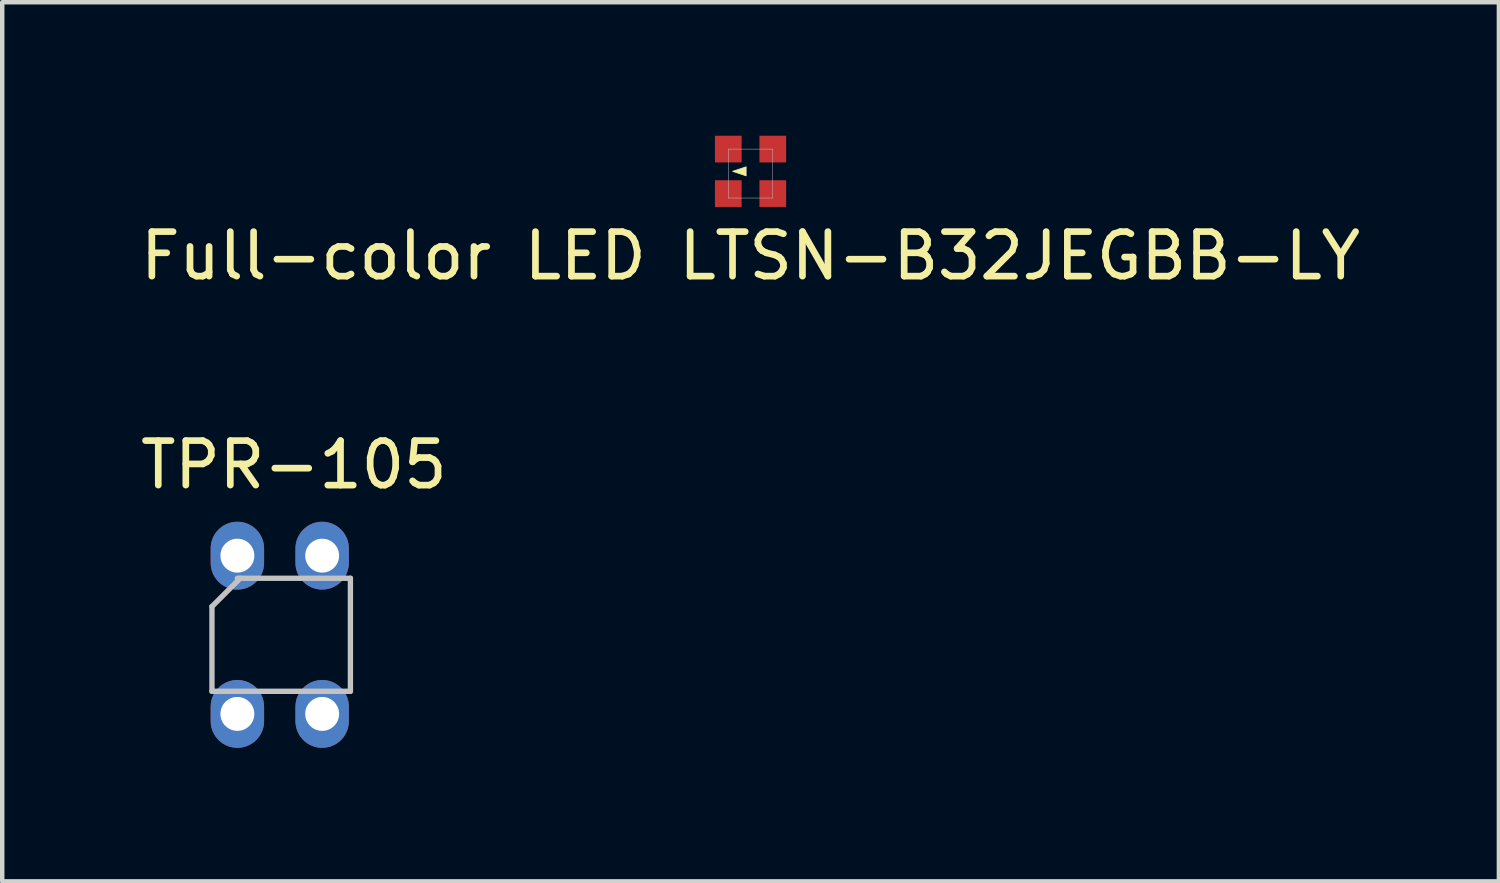
<source format=kicad_pcb>
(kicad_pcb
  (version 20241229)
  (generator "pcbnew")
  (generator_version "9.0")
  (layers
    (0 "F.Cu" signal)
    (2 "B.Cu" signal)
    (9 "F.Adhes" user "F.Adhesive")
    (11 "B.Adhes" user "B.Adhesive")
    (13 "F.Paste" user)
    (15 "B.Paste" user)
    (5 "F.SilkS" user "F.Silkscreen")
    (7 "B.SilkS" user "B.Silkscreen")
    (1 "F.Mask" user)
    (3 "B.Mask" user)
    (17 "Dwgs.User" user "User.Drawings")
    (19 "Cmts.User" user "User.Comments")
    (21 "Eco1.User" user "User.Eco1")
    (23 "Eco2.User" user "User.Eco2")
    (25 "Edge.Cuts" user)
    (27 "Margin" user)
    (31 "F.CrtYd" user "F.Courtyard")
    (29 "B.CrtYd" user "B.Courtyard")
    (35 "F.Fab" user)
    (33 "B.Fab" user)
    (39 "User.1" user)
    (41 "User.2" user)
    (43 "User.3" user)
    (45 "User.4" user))
  (footprint "Full-color LED LTSN-B32JEGBB-LY"
    (layer "F.Cu")
    (at 13.815 0.8)
    (property "Reference" "Full-color LED LTSN-B32JEGBB-LY" (at 0 1.9 0) (layer "F.SilkS") (effects (font (size 1 1) (thickness 0.15))))
    (attr through_hole)
    (fp_poly (pts (xy -0.1 0.1) (xy -0.4 0) (xy -0.1 -0.1)) (stroke (width 0.02) (type solid)) (fill yes) (layer "F.SilkS"))
    (fp_line (start -0.5 -0.5) (end -0.5 0.6) (stroke (width 0.01) (type solid)) (layer "Dwgs.User"))
    (fp_line (start -0.5 -0.5) (end 0.5 -0.5) (stroke (width 0.01) (type solid)) (layer "Dwgs.User"))
    (fp_line (start 0.5 -0.5) (end 0.5 0.6) (stroke (width 0.01) (type solid)) (layer "Dwgs.User"))
    (fp_line (start 0.5 0.6) (end -0.5 0.6) (stroke (width 0.01) (type solid)) (layer "Dwgs.User"))
    (pad "1" smd rect (at -0.5 -0.5) (size 0.6 0.6) (layers "F.Cu" "F.Mask" "F.Paste"))
    (pad "2" smd rect (at -0.5 0.5) (size 0.6 0.6) (layers "F.Cu" "F.Mask" "F.Paste"))
    (pad "3" smd rect (at 0.5 0.5) (size 0.6 0.6) (layers "F.Cu" "F.Mask" "F.Paste"))
    (pad "4" smd rect (at 0.5 -0.5) (size 0.6 0.6) (layers "F.Cu" "F.Mask" "F.Paste")))
  (footprint "TPR-105"
    (layer "F.Cu")
    (at 3.554 6.896)
    (property "Reference" "TPR-105" (at 0 0.5 0) (layer "F.SilkS") (effects (font (size 1 1) (thickness 0.15))))
    (attr through_hole)
    (fp_line (start -1.841 3.683) (end -1.841 5.588) (stroke (width 0.12) (type solid)) (layer "Dwgs.User"))
    (fp_line (start -1.841 5.588) (end 1.27 5.588) (stroke (width 0.12) (type solid)) (layer "Dwgs.User"))
    (fp_line (start -1.206 3.048) (end -1.841 3.683) (stroke (width 0.12) (type solid)) (layer "Dwgs.User"))
    (fp_line (start 1.27 3.048) (end -1.27 3.048) (stroke (width 0.12) (type solid)) (layer "Dwgs.User"))
    (fp_line (start 1.27 5.588) (end 1.27 3.048) (stroke (width 0.12) (type solid)) (layer "Dwgs.User"))
    (pad "A" thru_hole oval (at -1.27 2.54) (size 1.2 1.524) (drill 0.762) (layers "*.Cu" "*.Mask"))
    (pad "C" thru_hole oval (at 0.635 6.096) (size 1.2 1.524) (drill 0.762) (layers "*.Cu" "*.Mask"))
    (pad "E" thru_hole oval (at 0.635 2.54) (size 1.2 1.524) (drill 0.762) (layers "*.Cu" "*.Mask"))
    (pad "K" thru_hole oval (at -1.27 6.096) (size 1.2 1.524) (drill 0.762) (layers "*.Cu" "*.Mask")))
  (gr_rect
    (start -3 -3)
    (end 30.631 16.755)
    (stroke (width 0.1) (type default))
    (fill no)
    (layer "Edge.Cuts")))
</source>
